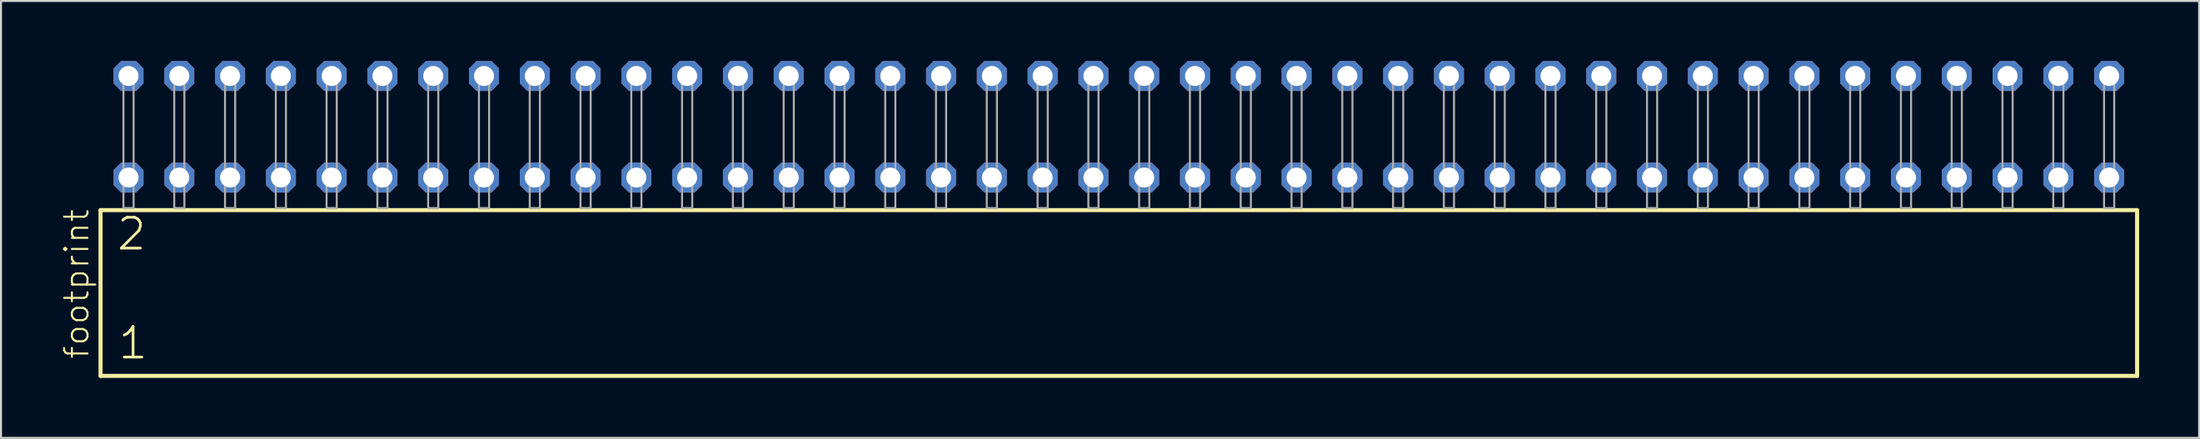
<source format=kicad_pcb>
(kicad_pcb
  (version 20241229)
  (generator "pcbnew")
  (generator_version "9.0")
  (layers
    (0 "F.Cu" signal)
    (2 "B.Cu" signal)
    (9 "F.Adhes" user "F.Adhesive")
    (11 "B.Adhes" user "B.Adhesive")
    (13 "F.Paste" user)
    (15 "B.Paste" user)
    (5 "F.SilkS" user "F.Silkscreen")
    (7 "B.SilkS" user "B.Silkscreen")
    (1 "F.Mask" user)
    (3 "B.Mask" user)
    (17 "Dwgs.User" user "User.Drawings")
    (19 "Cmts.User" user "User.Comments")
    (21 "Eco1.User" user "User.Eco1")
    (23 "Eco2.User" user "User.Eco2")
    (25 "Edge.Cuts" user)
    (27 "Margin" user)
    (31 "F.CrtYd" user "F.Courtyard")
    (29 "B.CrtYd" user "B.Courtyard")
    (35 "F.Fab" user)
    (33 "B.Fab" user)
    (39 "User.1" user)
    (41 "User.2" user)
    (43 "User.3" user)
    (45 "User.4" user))
  (footprint "footprint"
    (layer "F.Cu")
    (at 52.908 7.354)
    (property "Reference" "footprint" (at -51.435 7.62 90) (layer "F.SilkS") (effects (font (size 1.168 1.168) (thickness 0.102)) (justify left bottom)))
    (fp_line (start -50.929 0.106) (end -50.929 8.396) (stroke (width 0.203) (type solid)) (layer "F.SilkS"))
    (fp_line (start -50.929 8.396) (end 50.929 8.396) (stroke (width 0.203) (type solid)) (layer "F.SilkS"))
    (fp_line (start 50.929 0.106) (end -50.929 0.106) (stroke (width 0.203) (type solid)) (layer "F.SilkS"))
    (fp_line (start 50.929 8.396) (end 50.929 0.106) (stroke (width 0.203) (type solid)) (layer "F.SilkS"))
    (fp_poly (pts (xy -49.784 0) (xy -49.276 0) (xy -49.276 -6.858) (xy -49.784 -6.858)) (stroke (width 0.1) (type solid)) (fill no) (layer "F.Fab"))
    (fp_poly (pts (xy -47.244 0) (xy -46.736 0) (xy -46.736 -6.858) (xy -47.244 -6.858)) (stroke (width 0.1) (type solid)) (fill no) (layer "F.Fab"))
    (fp_poly (pts (xy -44.704 0) (xy -44.196 0) (xy -44.196 -6.858) (xy -44.704 -6.858)) (stroke (width 0.1) (type solid)) (fill no) (layer "F.Fab"))
    (fp_poly (pts (xy -42.164 0) (xy -41.656 0) (xy -41.656 -6.858) (xy -42.164 -6.858)) (stroke (width 0.1) (type solid)) (fill no) (layer "F.Fab"))
    (fp_poly (pts (xy -39.624 0) (xy -39.116 0) (xy -39.116 -6.858) (xy -39.624 -6.858)) (stroke (width 0.1) (type solid)) (fill no) (layer "F.Fab"))
    (fp_poly (pts (xy -37.084 0) (xy -36.576 0) (xy -36.576 -6.858) (xy -37.084 -6.858)) (stroke (width 0.1) (type solid)) (fill no) (layer "F.Fab"))
    (fp_poly (pts (xy -34.544 0) (xy -34.036 0) (xy -34.036 -6.858) (xy -34.544 -6.858)) (stroke (width 0.1) (type solid)) (fill no) (layer "F.Fab"))
    (fp_poly (pts (xy -32.004 0) (xy -31.496 0) (xy -31.496 -6.858) (xy -32.004 -6.858)) (stroke (width 0.1) (type solid)) (fill no) (layer "F.Fab"))
    (fp_poly (pts (xy -29.464 0) (xy -28.956 0) (xy -28.956 -6.858) (xy -29.464 -6.858)) (stroke (width 0.1) (type solid)) (fill no) (layer "F.Fab"))
    (fp_poly (pts (xy -26.924 0) (xy -26.416 0) (xy -26.416 -6.858) (xy -26.924 -6.858)) (stroke (width 0.1) (type solid)) (fill no) (layer "F.Fab"))
    (fp_poly (pts (xy -24.384 0) (xy -23.876 0) (xy -23.876 -6.858) (xy -24.384 -6.858)) (stroke (width 0.1) (type solid)) (fill no) (layer "F.Fab"))
    (fp_poly (pts (xy -21.844 0) (xy -21.336 0) (xy -21.336 -6.858) (xy -21.844 -6.858)) (stroke (width 0.1) (type solid)) (fill no) (layer "F.Fab"))
    (fp_poly (pts (xy -19.304 0) (xy -18.796 0) (xy -18.796 -6.858) (xy -19.304 -6.858)) (stroke (width 0.1) (type solid)) (fill no) (layer "F.Fab"))
    (fp_poly (pts (xy -16.764 0) (xy -16.256 0) (xy -16.256 -6.858) (xy -16.764 -6.858)) (stroke (width 0.1) (type solid)) (fill no) (layer "F.Fab"))
    (fp_poly (pts (xy -14.224 0) (xy -13.716 0) (xy -13.716 -6.858) (xy -14.224 -6.858)) (stroke (width 0.1) (type solid)) (fill no) (layer "F.Fab"))
    (fp_poly (pts (xy -11.684 0) (xy -11.176 0) (xy -11.176 -6.858) (xy -11.684 -6.858)) (stroke (width 0.1) (type solid)) (fill no) (layer "F.Fab"))
    (fp_poly (pts (xy -9.144 0) (xy -8.636 0) (xy -8.636 -6.858) (xy -9.144 -6.858)) (stroke (width 0.1) (type solid)) (fill no) (layer "F.Fab"))
    (fp_poly (pts (xy -6.604 0) (xy -6.096 0) (xy -6.096 -6.858) (xy -6.604 -6.858)) (stroke (width 0.1) (type solid)) (fill no) (layer "F.Fab"))
    (fp_poly (pts (xy -4.064 0) (xy -3.556 0) (xy -3.556 -6.858) (xy -4.064 -6.858)) (stroke (width 0.1) (type solid)) (fill no) (layer "F.Fab"))
    (fp_poly (pts (xy -1.524 0) (xy -1.016 0) (xy -1.016 -6.858) (xy -1.524 -6.858)) (stroke (width 0.1) (type solid)) (fill no) (layer "F.Fab"))
    (fp_poly (pts (xy 1.016 0) (xy 1.524 0) (xy 1.524 -6.858) (xy 1.016 -6.858)) (stroke (width 0.1) (type solid)) (fill no) (layer "F.Fab"))
    (fp_poly (pts (xy 3.556 0) (xy 4.064 0) (xy 4.064 -6.858) (xy 3.556 -6.858)) (stroke (width 0.1) (type solid)) (fill no) (layer "F.Fab"))
    (fp_poly (pts (xy 6.096 0) (xy 6.604 0) (xy 6.604 -6.858) (xy 6.096 -6.858)) (stroke (width 0.1) (type solid)) (fill no) (layer "F.Fab"))
    (fp_poly (pts (xy 8.636 0) (xy 9.144 0) (xy 9.144 -6.858) (xy 8.636 -6.858)) (stroke (width 0.1) (type solid)) (fill no) (layer "F.Fab"))
    (fp_poly (pts (xy 11.176 0) (xy 11.684 0) (xy 11.684 -6.858) (xy 11.176 -6.858)) (stroke (width 0.1) (type solid)) (fill no) (layer "F.Fab"))
    (fp_poly (pts (xy 13.716 0) (xy 14.224 0) (xy 14.224 -6.858) (xy 13.716 -6.858)) (stroke (width 0.1) (type solid)) (fill no) (layer "F.Fab"))
    (fp_poly (pts (xy 16.256 0) (xy 16.764 0) (xy 16.764 -6.858) (xy 16.256 -6.858)) (stroke (width 0.1) (type solid)) (fill no) (layer "F.Fab"))
    (fp_poly (pts (xy 18.796 0) (xy 19.304 0) (xy 19.304 -6.858) (xy 18.796 -6.858)) (stroke (width 0.1) (type solid)) (fill no) (layer "F.Fab"))
    (fp_poly (pts (xy 21.336 0) (xy 21.844 0) (xy 21.844 -6.858) (xy 21.336 -6.858)) (stroke (width 0.1) (type solid)) (fill no) (layer "F.Fab"))
    (fp_poly (pts (xy 23.876 0) (xy 24.384 0) (xy 24.384 -6.858) (xy 23.876 -6.858)) (stroke (width 0.1) (type solid)) (fill no) (layer "F.Fab"))
    (fp_poly (pts (xy 26.416 0) (xy 26.924 0) (xy 26.924 -6.858) (xy 26.416 -6.858)) (stroke (width 0.1) (type solid)) (fill no) (layer "F.Fab"))
    (fp_poly (pts (xy 28.956 0) (xy 29.464 0) (xy 29.464 -6.858) (xy 28.956 -6.858)) (stroke (width 0.1) (type solid)) (fill no) (layer "F.Fab"))
    (fp_poly (pts (xy 31.496 0) (xy 32.004 0) (xy 32.004 -6.858) (xy 31.496 -6.858)) (stroke (width 0.1) (type solid)) (fill no) (layer "F.Fab"))
    (fp_poly (pts (xy 34.036 0) (xy 34.544 0) (xy 34.544 -6.858) (xy 34.036 -6.858)) (stroke (width 0.1) (type solid)) (fill no) (layer "F.Fab"))
    (fp_poly (pts (xy 36.576 0) (xy 37.084 0) (xy 37.084 -6.858) (xy 36.576 -6.858)) (stroke (width 0.1) (type solid)) (fill no) (layer "F.Fab"))
    (fp_poly (pts (xy 39.116 0) (xy 39.624 0) (xy 39.624 -6.858) (xy 39.116 -6.858)) (stroke (width 0.1) (type solid)) (fill no) (layer "F.Fab"))
    (fp_poly (pts (xy 41.656 0) (xy 42.164 0) (xy 42.164 -6.858) (xy 41.656 -6.858)) (stroke (width 0.1) (type solid)) (fill no) (layer "F.Fab"))
    (fp_poly (pts (xy 44.196 0) (xy 44.704 0) (xy 44.704 -6.858) (xy 44.196 -6.858)) (stroke (width 0.1) (type solid)) (fill no) (layer "F.Fab"))
    (fp_poly (pts (xy 46.736 0) (xy 47.244 0) (xy 47.244 -6.858) (xy 46.736 -6.858)) (stroke (width 0.1) (type solid)) (fill no) (layer "F.Fab"))
    (fp_poly (pts (xy 49.276 0) (xy 49.784 0) (xy 49.784 -6.858) (xy 49.276 -6.858)) (stroke (width 0.1) (type solid)) (fill no) (layer "F.Fab"))
    (fp_text user "2" (at -50.2 2.2 0) (layer "F.SilkS") (effects (font (size 1.542 1.542) (thickness 0.134)) (justify left bottom)))
    (fp_text user "1" (at -50.125 7.65 0) (layer "F.SilkS") (effects (font (size 1.542 1.542) (thickness 0.134)) (justify left bottom)))
    (pad "1" thru_hole roundrect (at -49.53 -1.524) (size 1.5 1.5) (drill 1) (layers "*.Cu" "*.Mask") (roundrect_rratio 0.25) (chamfer_ratio 0.25) (chamfer top_left top_right bottom_left bottom_right))
    (pad "2" thru_hole roundrect (at -49.53 -6.604) (size 1.5 1.5) (drill 1) (layers "*.Cu" "*.Mask") (roundrect_rratio 0.25) (chamfer_ratio 0.25) (chamfer top_left top_right bottom_left bottom_right))
    (pad "3" thru_hole roundrect (at -46.99 -1.524) (size 1.5 1.5) (drill 1) (layers "*.Cu" "*.Mask") (roundrect_rratio 0.25) (chamfer_ratio 0.25) (chamfer top_left top_right bottom_left bottom_right))
    (pad "4" thru_hole roundrect (at -46.99 -6.604) (size 1.5 1.5) (drill 1) (layers "*.Cu" "*.Mask") (roundrect_rratio 0.25) (chamfer_ratio 0.25) (chamfer top_left top_right bottom_left bottom_right))
    (pad "5" thru_hole roundrect (at -44.45 -1.524) (size 1.5 1.5) (drill 1) (layers "*.Cu" "*.Mask") (roundrect_rratio 0.25) (chamfer_ratio 0.25) (chamfer top_left top_right bottom_left bottom_right))
    (pad "6" thru_hole roundrect (at -44.45 -6.604) (size 1.5 1.5) (drill 1) (layers "*.Cu" "*.Mask") (roundrect_rratio 0.25) (chamfer_ratio 0.25) (chamfer top_left top_right bottom_left bottom_right))
    (pad "7" thru_hole roundrect (at -41.91 -1.524) (size 1.5 1.5) (drill 1) (layers "*.Cu" "*.Mask") (roundrect_rratio 0.25) (chamfer_ratio 0.25) (chamfer top_left top_right bottom_left bottom_right))
    (pad "8" thru_hole roundrect (at -41.91 -6.604) (size 1.5 1.5) (drill 1) (layers "*.Cu" "*.Mask") (roundrect_rratio 0.25) (chamfer_ratio 0.25) (chamfer top_left top_right bottom_left bottom_right))
    (pad "9" thru_hole roundrect (at -39.37 -1.524) (size 1.5 1.5) (drill 1) (layers "*.Cu" "*.Mask") (roundrect_rratio 0.25) (chamfer_ratio 0.25) (chamfer top_left top_right bottom_left bottom_right))
    (pad "10" thru_hole roundrect (at -39.37 -6.604) (size 1.5 1.5) (drill 1) (layers "*.Cu" "*.Mask") (roundrect_rratio 0.25) (chamfer_ratio 0.25) (chamfer top_left top_right bottom_left bottom_right))
    (pad "11" thru_hole roundrect (at -36.83 -1.524) (size 1.5 1.5) (drill 1) (layers "*.Cu" "*.Mask") (roundrect_rratio 0.25) (chamfer_ratio 0.25) (chamfer top_left top_right bottom_left bottom_right))
    (pad "12" thru_hole roundrect (at -36.83 -6.604) (size 1.5 1.5) (drill 1) (layers "*.Cu" "*.Mask") (roundrect_rratio 0.25) (chamfer_ratio 0.25) (chamfer top_left top_right bottom_left bottom_right))
    (pad "13" thru_hole roundrect (at -34.29 -1.524) (size 1.5 1.5) (drill 1) (layers "*.Cu" "*.Mask") (roundrect_rratio 0.25) (chamfer_ratio 0.25) (chamfer top_left top_right bottom_left bottom_right))
    (pad "14" thru_hole roundrect (at -34.29 -6.604) (size 1.5 1.5) (drill 1) (layers "*.Cu" "*.Mask") (roundrect_rratio 0.25) (chamfer_ratio 0.25) (chamfer top_left top_right bottom_left bottom_right))
    (pad "15" thru_hole roundrect (at -31.75 -1.524) (size 1.5 1.5) (drill 1) (layers "*.Cu" "*.Mask") (roundrect_rratio 0.25) (chamfer_ratio 0.25) (chamfer top_left top_right bottom_left bottom_right))
    (pad "16" thru_hole roundrect (at -31.75 -6.604) (size 1.5 1.5) (drill 1) (layers "*.Cu" "*.Mask") (roundrect_rratio 0.25) (chamfer_ratio 0.25) (chamfer top_left top_right bottom_left bottom_right))
    (pad "17" thru_hole roundrect (at -29.21 -1.524) (size 1.5 1.5) (drill 1) (layers "*.Cu" "*.Mask") (roundrect_rratio 0.25) (chamfer_ratio 0.25) (chamfer top_left top_right bottom_left bottom_right))
    (pad "18" thru_hole roundrect (at -29.21 -6.604) (size 1.5 1.5) (drill 1) (layers "*.Cu" "*.Mask") (roundrect_rratio 0.25) (chamfer_ratio 0.25) (chamfer top_left top_right bottom_left bottom_right))
    (pad "19" thru_hole roundrect (at -26.67 -1.524) (size 1.5 1.5) (drill 1) (layers "*.Cu" "*.Mask") (roundrect_rratio 0.25) (chamfer_ratio 0.25) (chamfer top_left top_right bottom_left bottom_right))
    (pad "20" thru_hole roundrect (at -26.67 -6.604) (size 1.5 1.5) (drill 1) (layers "*.Cu" "*.Mask") (roundrect_rratio 0.25) (chamfer_ratio 0.25) (chamfer top_left top_right bottom_left bottom_right))
    (pad "21" thru_hole roundrect (at -24.13 -1.524) (size 1.5 1.5) (drill 1) (layers "*.Cu" "*.Mask") (roundrect_rratio 0.25) (chamfer_ratio 0.25) (chamfer top_left top_right bottom_left bottom_right))
    (pad "22" thru_hole roundrect (at -24.13 -6.604) (size 1.5 1.5) (drill 1) (layers "*.Cu" "*.Mask") (roundrect_rratio 0.25) (chamfer_ratio 0.25) (chamfer top_left top_right bottom_left bottom_right))
    (pad "23" thru_hole roundrect (at -21.59 -1.524) (size 1.5 1.5) (drill 1) (layers "*.Cu" "*.Mask") (roundrect_rratio 0.25) (chamfer_ratio 0.25) (chamfer top_left top_right bottom_left bottom_right))
    (pad "24" thru_hole roundrect (at -21.59 -6.604) (size 1.5 1.5) (drill 1) (layers "*.Cu" "*.Mask") (roundrect_rratio 0.25) (chamfer_ratio 0.25) (chamfer top_left top_right bottom_left bottom_right))
    (pad "25" thru_hole roundrect (at -19.05 -1.524) (size 1.5 1.5) (drill 1) (layers "*.Cu" "*.Mask") (roundrect_rratio 0.25) (chamfer_ratio 0.25) (chamfer top_left top_right bottom_left bottom_right))
    (pad "26" thru_hole roundrect (at -19.05 -6.604) (size 1.5 1.5) (drill 1) (layers "*.Cu" "*.Mask") (roundrect_rratio 0.25) (chamfer_ratio 0.25) (chamfer top_left top_right bottom_left bottom_right))
    (pad "27" thru_hole roundrect (at -16.51 -1.524) (size 1.5 1.5) (drill 1) (layers "*.Cu" "*.Mask") (roundrect_rratio 0.25) (chamfer_ratio 0.25) (chamfer top_left top_right bottom_left bottom_right))
    (pad "28" thru_hole roundrect (at -16.51 -6.604) (size 1.5 1.5) (drill 1) (layers "*.Cu" "*.Mask") (roundrect_rratio 0.25) (chamfer_ratio 0.25) (chamfer top_left top_right bottom_left bottom_right))
    (pad "29" thru_hole roundrect (at -13.97 -1.524) (size 1.5 1.5) (drill 1) (layers "*.Cu" "*.Mask") (roundrect_rratio 0.25) (chamfer_ratio 0.25) (chamfer top_left top_right bottom_left bottom_right))
    (pad "30" thru_hole roundrect (at -13.97 -6.604) (size 1.5 1.5) (drill 1) (layers "*.Cu" "*.Mask") (roundrect_rratio 0.25) (chamfer_ratio 0.25) (chamfer top_left top_right bottom_left bottom_right))
    (pad "31" thru_hole roundrect (at -11.43 -1.524) (size 1.5 1.5) (drill 1) (layers "*.Cu" "*.Mask") (roundrect_rratio 0.25) (chamfer_ratio 0.25) (chamfer top_left top_right bottom_left bottom_right))
    (pad "32" thru_hole roundrect (at -11.43 -6.604) (size 1.5 1.5) (drill 1) (layers "*.Cu" "*.Mask") (roundrect_rratio 0.25) (chamfer_ratio 0.25) (chamfer top_left top_right bottom_left bottom_right))
    (pad "33" thru_hole roundrect (at -8.89 -1.524) (size 1.5 1.5) (drill 1) (layers "*.Cu" "*.Mask") (roundrect_rratio 0.25) (chamfer_ratio 0.25) (chamfer top_left top_right bottom_left bottom_right))
    (pad "34" thru_hole roundrect (at -8.89 -6.604) (size 1.5 1.5) (drill 1) (layers "*.Cu" "*.Mask") (roundrect_rratio 0.25) (chamfer_ratio 0.25) (chamfer top_left top_right bottom_left bottom_right))
    (pad "35" thru_hole roundrect (at -6.35 -1.524) (size 1.5 1.5) (drill 1) (layers "*.Cu" "*.Mask") (roundrect_rratio 0.25) (chamfer_ratio 0.25) (chamfer top_left top_right bottom_left bottom_right))
    (pad "36" thru_hole roundrect (at -6.35 -6.604) (size 1.5 1.5) (drill 1) (layers "*.Cu" "*.Mask") (roundrect_rratio 0.25) (chamfer_ratio 0.25) (chamfer top_left top_right bottom_left bottom_right))
    (pad "37" thru_hole roundrect (at -3.81 -1.524) (size 1.5 1.5) (drill 1) (layers "*.Cu" "*.Mask") (roundrect_rratio 0.25) (chamfer_ratio 0.25) (chamfer top_left top_right bottom_left bottom_right))
    (pad "38" thru_hole roundrect (at -3.81 -6.604) (size 1.5 1.5) (drill 1) (layers "*.Cu" "*.Mask") (roundrect_rratio 0.25) (chamfer_ratio 0.25) (chamfer top_left top_right bottom_left bottom_right))
    (pad "39" thru_hole roundrect (at -1.27 -1.524) (size 1.5 1.5) (drill 1) (layers "*.Cu" "*.Mask") (roundrect_rratio 0.25) (chamfer_ratio 0.25) (chamfer top_left top_right bottom_left bottom_right))
    (pad "40" thru_hole roundrect (at -1.27 -6.604) (size 1.5 1.5) (drill 1) (layers "*.Cu" "*.Mask") (roundrect_rratio 0.25) (chamfer_ratio 0.25) (chamfer top_left top_right bottom_left bottom_right))
    (pad "41" thru_hole roundrect (at 1.27 -1.524) (size 1.5 1.5) (drill 1) (layers "*.Cu" "*.Mask") (roundrect_rratio 0.25) (chamfer_ratio 0.25) (chamfer top_left top_right bottom_left bottom_right))
    (pad "42" thru_hole roundrect (at 1.27 -6.604) (size 1.5 1.5) (drill 1) (layers "*.Cu" "*.Mask") (roundrect_rratio 0.25) (chamfer_ratio 0.25) (chamfer top_left top_right bottom_left bottom_right))
    (pad "43" thru_hole roundrect (at 3.81 -1.524) (size 1.5 1.5) (drill 1) (layers "*.Cu" "*.Mask") (roundrect_rratio 0.25) (chamfer_ratio 0.25) (chamfer top_left top_right bottom_left bottom_right))
    (pad "44" thru_hole roundrect (at 3.81 -6.604) (size 1.5 1.5) (drill 1) (layers "*.Cu" "*.Mask") (roundrect_rratio 0.25) (chamfer_ratio 0.25) (chamfer top_left top_right bottom_left bottom_right))
    (pad "45" thru_hole roundrect (at 6.35 -1.524) (size 1.5 1.5) (drill 1) (layers "*.Cu" "*.Mask") (roundrect_rratio 0.25) (chamfer_ratio 0.25) (chamfer top_left top_right bottom_left bottom_right))
    (pad "46" thru_hole roundrect (at 6.35 -6.604) (size 1.5 1.5) (drill 1) (layers "*.Cu" "*.Mask") (roundrect_rratio 0.25) (chamfer_ratio 0.25) (chamfer top_left top_right bottom_left bottom_right))
    (pad "47" thru_hole roundrect (at 8.89 -1.524) (size 1.5 1.5) (drill 1) (layers "*.Cu" "*.Mask") (roundrect_rratio 0.25) (chamfer_ratio 0.25) (chamfer top_left top_right bottom_left bottom_right))
    (pad "48" thru_hole roundrect (at 8.89 -6.604) (size 1.5 1.5) (drill 1) (layers "*.Cu" "*.Mask") (roundrect_rratio 0.25) (chamfer_ratio 0.25) (chamfer top_left top_right bottom_left bottom_right))
    (pad "49" thru_hole roundrect (at 11.43 -1.524) (size 1.5 1.5) (drill 1) (layers "*.Cu" "*.Mask") (roundrect_rratio 0.25) (chamfer_ratio 0.25) (chamfer top_left top_right bottom_left bottom_right))
    (pad "50" thru_hole roundrect (at 11.43 -6.604) (size 1.5 1.5) (drill 1) (layers "*.Cu" "*.Mask") (roundrect_rratio 0.25) (chamfer_ratio 0.25) (chamfer top_left top_right bottom_left bottom_right))
    (pad "51" thru_hole roundrect (at 13.97 -1.524) (size 1.5 1.5) (drill 1) (layers "*.Cu" "*.Mask") (roundrect_rratio 0.25) (chamfer_ratio 0.25) (chamfer top_left top_right bottom_left bottom_right))
    (pad "52" thru_hole roundrect (at 13.97 -6.604) (size 1.5 1.5) (drill 1) (layers "*.Cu" "*.Mask") (roundrect_rratio 0.25) (chamfer_ratio 0.25) (chamfer top_left top_right bottom_left bottom_right))
    (pad "53" thru_hole roundrect (at 16.51 -1.524) (size 1.5 1.5) (drill 1) (layers "*.Cu" "*.Mask") (roundrect_rratio 0.25) (chamfer_ratio 0.25) (chamfer top_left top_right bottom_left bottom_right))
    (pad "54" thru_hole roundrect (at 16.51 -6.604) (size 1.5 1.5) (drill 1) (layers "*.Cu" "*.Mask") (roundrect_rratio 0.25) (chamfer_ratio 0.25) (chamfer top_left top_right bottom_left bottom_right))
    (pad "55" thru_hole roundrect (at 19.05 -1.524) (size 1.5 1.5) (drill 1) (layers "*.Cu" "*.Mask") (roundrect_rratio 0.25) (chamfer_ratio 0.25) (chamfer top_left top_right bottom_left bottom_right))
    (pad "56" thru_hole roundrect (at 19.05 -6.604) (size 1.5 1.5) (drill 1) (layers "*.Cu" "*.Mask") (roundrect_rratio 0.25) (chamfer_ratio 0.25) (chamfer top_left top_right bottom_left bottom_right))
    (pad "57" thru_hole roundrect (at 21.59 -1.524) (size 1.5 1.5) (drill 1) (layers "*.Cu" "*.Mask") (roundrect_rratio 0.25) (chamfer_ratio 0.25) (chamfer top_left top_right bottom_left bottom_right))
    (pad "58" thru_hole roundrect (at 21.59 -6.604) (size 1.5 1.5) (drill 1) (layers "*.Cu" "*.Mask") (roundrect_rratio 0.25) (chamfer_ratio 0.25) (chamfer top_left top_right bottom_left bottom_right))
    (pad "59" thru_hole roundrect (at 24.13 -1.524) (size 1.5 1.5) (drill 1) (layers "*.Cu" "*.Mask") (roundrect_rratio 0.25) (chamfer_ratio 0.25) (chamfer top_left top_right bottom_left bottom_right))
    (pad "60" thru_hole roundrect (at 24.13 -6.604) (size 1.5 1.5) (drill 1) (layers "*.Cu" "*.Mask") (roundrect_rratio 0.25) (chamfer_ratio 0.25) (chamfer top_left top_right bottom_left bottom_right))
    (pad "61" thru_hole roundrect (at 26.67 -1.524) (size 1.5 1.5) (drill 1) (layers "*.Cu" "*.Mask") (roundrect_rratio 0.25) (chamfer_ratio 0.25) (chamfer top_left top_right bottom_left bottom_right))
    (pad "62" thru_hole roundrect (at 26.67 -6.604) (size 1.5 1.5) (drill 1) (layers "*.Cu" "*.Mask") (roundrect_rratio 0.25) (chamfer_ratio 0.25) (chamfer top_left top_right bottom_left bottom_right))
    (pad "63" thru_hole roundrect (at 29.21 -1.524) (size 1.5 1.5) (drill 1) (layers "*.Cu" "*.Mask") (roundrect_rratio 0.25) (chamfer_ratio 0.25) (chamfer top_left top_right bottom_left bottom_right))
    (pad "64" thru_hole roundrect (at 29.21 -6.604) (size 1.5 1.5) (drill 1) (layers "*.Cu" "*.Mask") (roundrect_rratio 0.25) (chamfer_ratio 0.25) (chamfer top_left top_right bottom_left bottom_right))
    (pad "65" thru_hole roundrect (at 31.75 -1.524) (size 1.5 1.5) (drill 1) (layers "*.Cu" "*.Mask") (roundrect_rratio 0.25) (chamfer_ratio 0.25) (chamfer top_left top_right bottom_left bottom_right))
    (pad "66" thru_hole roundrect (at 31.75 -6.604) (size 1.5 1.5) (drill 1) (layers "*.Cu" "*.Mask") (roundrect_rratio 0.25) (chamfer_ratio 0.25) (chamfer top_left top_right bottom_left bottom_right))
    (pad "67" thru_hole roundrect (at 34.29 -1.524) (size 1.5 1.5) (drill 1) (layers "*.Cu" "*.Mask") (roundrect_rratio 0.25) (chamfer_ratio 0.25) (chamfer top_left top_right bottom_left bottom_right))
    (pad "68" thru_hole roundrect (at 34.29 -6.604) (size 1.5 1.5) (drill 1) (layers "*.Cu" "*.Mask") (roundrect_rratio 0.25) (chamfer_ratio 0.25) (chamfer top_left top_right bottom_left bottom_right))
    (pad "69" thru_hole roundrect (at 36.83 -1.524) (size 1.5 1.5) (drill 1) (layers "*.Cu" "*.Mask") (roundrect_rratio 0.25) (chamfer_ratio 0.25) (chamfer top_left top_right bottom_left bottom_right))
    (pad "70" thru_hole roundrect (at 36.83 -6.604) (size 1.5 1.5) (drill 1) (layers "*.Cu" "*.Mask") (roundrect_rratio 0.25) (chamfer_ratio 0.25) (chamfer top_left top_right bottom_left bottom_right))
    (pad "71" thru_hole roundrect (at 39.37 -1.524) (size 1.5 1.5) (drill 1) (layers "*.Cu" "*.Mask") (roundrect_rratio 0.25) (chamfer_ratio 0.25) (chamfer top_left top_right bottom_left bottom_right))
    (pad "72" thru_hole roundrect (at 39.37 -6.604) (size 1.5 1.5) (drill 1) (layers "*.Cu" "*.Mask") (roundrect_rratio 0.25) (chamfer_ratio 0.25) (chamfer top_left top_right bottom_left bottom_right))
    (pad "73" thru_hole roundrect (at 41.91 -1.524) (size 1.5 1.5) (drill 1) (layers "*.Cu" "*.Mask") (roundrect_rratio 0.25) (chamfer_ratio 0.25) (chamfer top_left top_right bottom_left bottom_right))
    (pad "74" thru_hole roundrect (at 41.91 -6.604) (size 1.5 1.5) (drill 1) (layers "*.Cu" "*.Mask") (roundrect_rratio 0.25) (chamfer_ratio 0.25) (chamfer top_left top_right bottom_left bottom_right))
    (pad "75" thru_hole roundrect (at 44.45 -1.524) (size 1.5 1.5) (drill 1) (layers "*.Cu" "*.Mask") (roundrect_rratio 0.25) (chamfer_ratio 0.25) (chamfer top_left top_right bottom_left bottom_right))
    (pad "76" thru_hole roundrect (at 44.45 -6.604) (size 1.5 1.5) (drill 1) (layers "*.Cu" "*.Mask") (roundrect_rratio 0.25) (chamfer_ratio 0.25) (chamfer top_left top_right bottom_left bottom_right))
    (pad "77" thru_hole roundrect (at 46.99 -1.524) (size 1.5 1.5) (drill 1) (layers "*.Cu" "*.Mask") (roundrect_rratio 0.25) (chamfer_ratio 0.25) (chamfer top_left top_right bottom_left bottom_right))
    (pad "78" thru_hole roundrect (at 46.99 -6.604) (size 1.5 1.5) (drill 1) (layers "*.Cu" "*.Mask") (roundrect_rratio 0.25) (chamfer_ratio 0.25) (chamfer top_left top_right bottom_left bottom_right))
    (pad "79" thru_hole roundrect (at 49.53 -1.524) (size 1.5 1.5) (drill 1) (layers "*.Cu" "*.Mask") (roundrect_rratio 0.25) (chamfer_ratio 0.25) (chamfer top_left top_right bottom_left bottom_right))
    (pad "80" thru_hole roundrect (at 49.53 -6.604) (size 1.5 1.5) (drill 1) (layers "*.Cu" "*.Mask") (roundrect_rratio 0.25) (chamfer_ratio 0.25) (chamfer top_left top_right bottom_left bottom_right)))
  (gr_rect
    (start -3 -3)
    (end 106.939 18.852)
    (stroke (width 0.1) (type default))
    (fill no)
    (layer "Edge.Cuts")))
</source>
